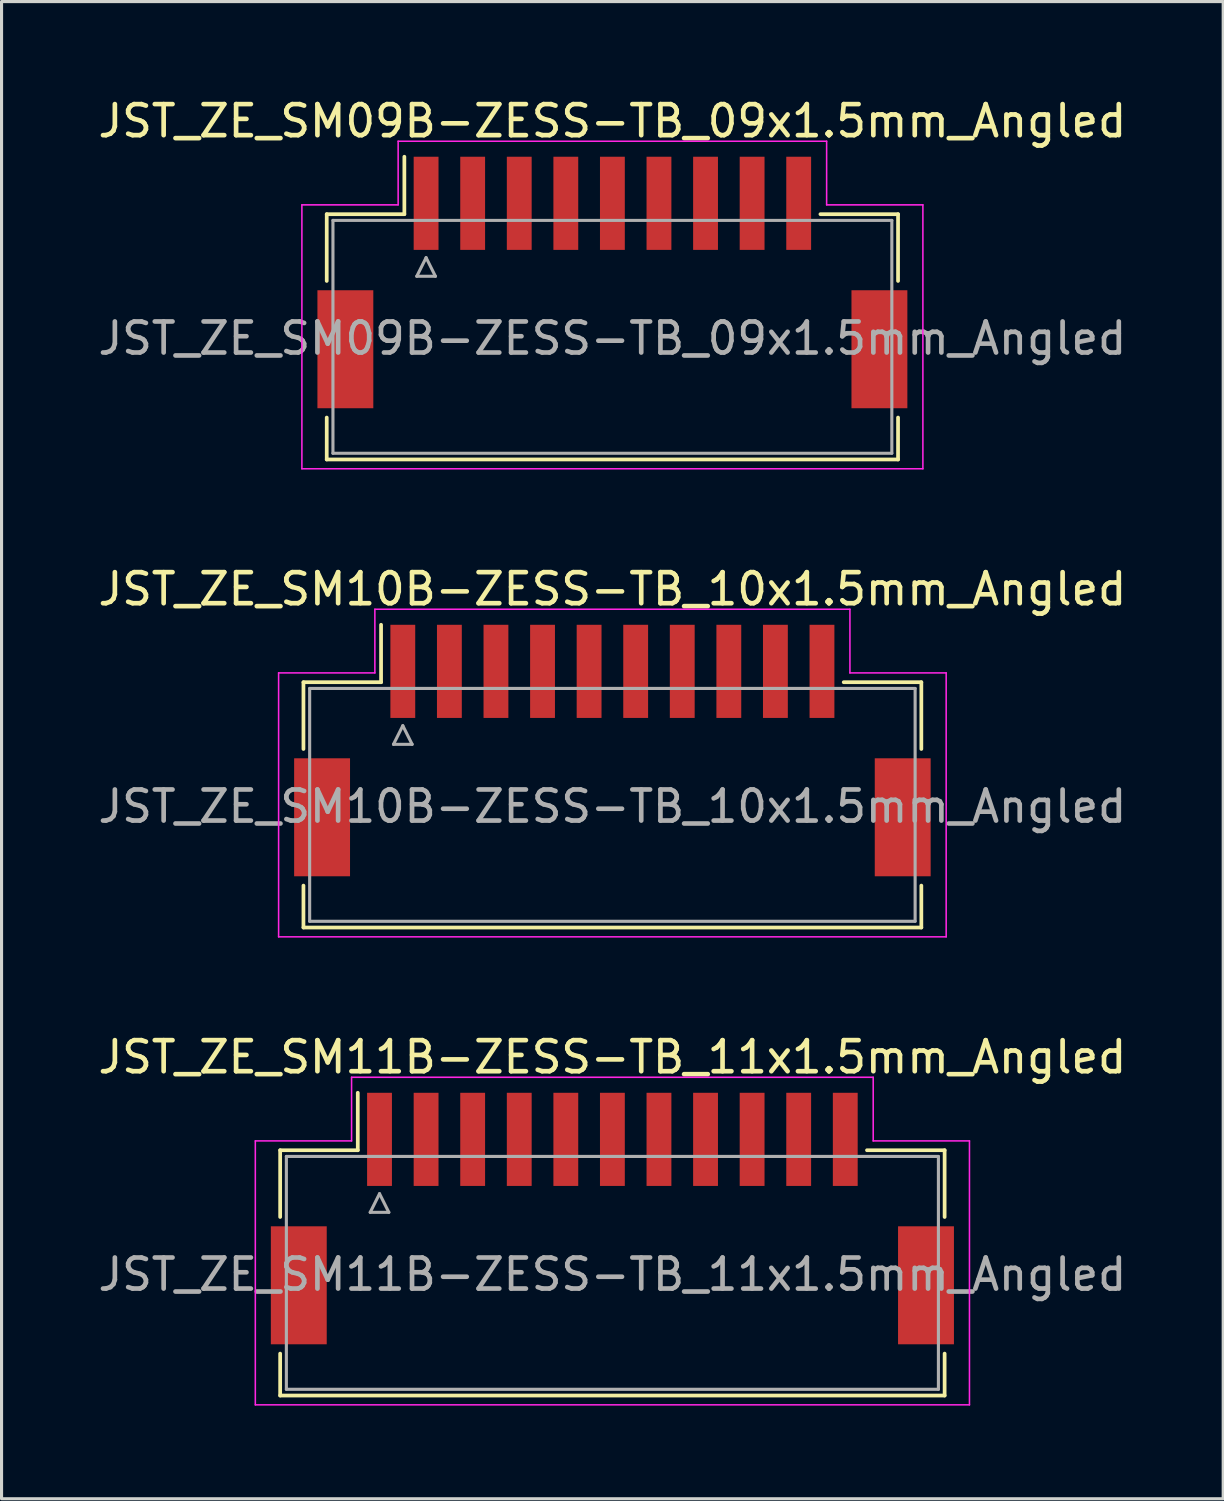
<source format=kicad_pcb>
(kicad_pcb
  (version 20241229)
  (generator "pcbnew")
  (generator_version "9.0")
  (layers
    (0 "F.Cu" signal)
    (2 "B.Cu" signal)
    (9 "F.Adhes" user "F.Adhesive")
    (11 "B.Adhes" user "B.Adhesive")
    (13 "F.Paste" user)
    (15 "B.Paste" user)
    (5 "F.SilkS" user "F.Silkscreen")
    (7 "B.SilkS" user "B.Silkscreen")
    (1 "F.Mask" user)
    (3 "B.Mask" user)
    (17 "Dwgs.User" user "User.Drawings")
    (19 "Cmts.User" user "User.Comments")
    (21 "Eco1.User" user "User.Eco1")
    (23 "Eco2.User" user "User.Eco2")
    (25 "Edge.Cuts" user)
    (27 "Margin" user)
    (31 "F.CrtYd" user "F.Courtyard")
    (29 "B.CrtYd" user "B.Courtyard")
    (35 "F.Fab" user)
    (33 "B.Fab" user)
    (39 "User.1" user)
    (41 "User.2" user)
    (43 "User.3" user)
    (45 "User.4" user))
  (footprint "JST_ZE_SM09B-ZESS-TB_09x1.5mm_Angled"
    (layer "F.Cu")
    (at 16.673 5.848)
    (property "Reference" "JST_ZE_SM09B-ZESS-TB_09x1.5mm_Angled" (at 0 -5 0) (layer "F.SilkS") (effects (font (size 1 1) (thickness 0.15))))
    (attr smd)
    (fp_line (start -9.2 -2) (end -6.7 -2) (stroke (width 0.12) (type solid)) (layer "F.SilkS"))
    (fp_line (start -9.2 0.15) (end -9.2 -2) (stroke (width 0.12) (type solid)) (layer "F.SilkS"))
    (fp_line (start -9.2 4.55) (end -9.2 5.9) (stroke (width 0.12) (type solid)) (layer "F.SilkS"))
    (fp_line (start -9.2 5.9) (end 9.2 5.9) (stroke (width 0.12) (type solid)) (layer "F.SilkS"))
    (fp_line (start -6.7 -2) (end -6.7 -3.85) (stroke (width 0.12) (type solid)) (layer "F.SilkS"))
    (fp_line (start 9.2 -2) (end 6.7 -2) (stroke (width 0.12) (type solid)) (layer "F.SilkS"))
    (fp_line (start 9.2 0.15) (end 9.2 -2) (stroke (width 0.12) (type solid)) (layer "F.SilkS"))
    (fp_line (start 9.2 5.9) (end 9.2 4.55) (stroke (width 0.12) (type solid)) (layer "F.SilkS"))
    (fp_line (start -10 -2.3) (end -10 6.2) (stroke (width 0.05) (type solid)) (layer "F.CrtYd"))
    (fp_line (start -10 6.2) (end 10 6.2) (stroke (width 0.05) (type solid)) (layer "F.CrtYd"))
    (fp_line (start -6.9 -4.35) (end -6.9 -2.3) (stroke (width 0.05) (type solid)) (layer "F.CrtYd"))
    (fp_line (start -6.9 -2.3) (end -10 -2.3) (stroke (width 0.05) (type solid)) (layer "F.CrtYd"))
    (fp_line (start 6.9 -4.35) (end -6.9 -4.35) (stroke (width 0.05) (type solid)) (layer "F.CrtYd"))
    (fp_line (start 6.9 -2.3) (end 6.9 -4.35) (stroke (width 0.05) (type solid)) (layer "F.CrtYd"))
    (fp_line (start 10 -2.3) (end 6.9 -2.3) (stroke (width 0.05) (type solid)) (layer "F.CrtYd"))
    (fp_line (start 10 6.2) (end 10 -2.3) (stroke (width 0.05) (type solid)) (layer "F.CrtYd"))
    (fp_line (start -9 -1.8) (end -9 5.7) (stroke (width 0.1) (type solid)) (layer "F.Fab"))
    (fp_line (start -9 5.7) (end 9 5.7) (stroke (width 0.1) (type solid)) (layer "F.Fab"))
    (fp_line (start -6.3 0) (end -5.7 0) (stroke (width 0.1) (type solid)) (layer "F.Fab"))
    (fp_line (start -6 -0.6) (end -6.3 0) (stroke (width 0.1) (type solid)) (layer "F.Fab"))
    (fp_line (start -5.7 0) (end -6 -0.6) (stroke (width 0.1) (type solid)) (layer "F.Fab"))
    (fp_line (start 9 -1.8) (end -9 -1.8) (stroke (width 0.1) (type solid)) (layer "F.Fab"))
    (fp_line (start 9 5.7) (end 9 -1.8) (stroke (width 0.1) (type solid)) (layer "F.Fab"))
    (fp_text user "${REFERENCE}" (at 0 2 0) (layer "F.Fab") (effects (font (size 1 1) (thickness 0.15))))
    (pad "" smd rect (at -8.6 2.35) (size 1.8 3.8) (layers "F.Cu" "F.Mask" "F.Paste"))
    (pad "" smd rect (at 8.6 2.35) (size 1.8 3.8) (layers "F.Cu" "F.Mask" "F.Paste"))
    (pad "1" smd rect (at -6 -2.35) (size 0.8 3) (layers "F.Cu" "F.Mask" "F.Paste"))
    (pad "2" smd rect (at -4.5 -2.35) (size 0.8 3) (layers "F.Cu" "F.Mask" "F.Paste"))
    (pad "3" smd rect (at -3 -2.35) (size 0.8 3) (layers "F.Cu" "F.Mask" "F.Paste"))
    (pad "4" smd rect (at -1.5 -2.35) (size 0.8 3) (layers "F.Cu" "F.Mask" "F.Paste"))
    (pad "5" smd rect (at 0 -2.35) (size 0.8 3) (layers "F.Cu" "F.Mask" "F.Paste"))
    (pad "6" smd rect (at 1.5 -2.35) (size 0.8 3) (layers "F.Cu" "F.Mask" "F.Paste"))
    (pad "7" smd rect (at 3 -2.35) (size 0.8 3) (layers "F.Cu" "F.Mask" "F.Paste"))
    (pad "8" smd rect (at 4.5 -2.35) (size 0.8 3) (layers "F.Cu" "F.Mask" "F.Paste"))
    (pad "9" smd rect (at 6 -2.35) (size 0.8 3) (layers "F.Cu" "F.Mask" "F.Paste")))
  (footprint "JST_ZE_SM10B-ZESS-TB_10x1.5mm_Angled"
    (layer "F.Cu")
    (at 16.673 20.922)
    (property "Reference" "JST_ZE_SM10B-ZESS-TB_10x1.5mm_Angled" (at 0 -5 0) (layer "F.SilkS") (effects (font (size 1 1) (thickness 0.15))))
    (attr smd)
    (fp_line (start -9.95 -2) (end -7.45 -2) (stroke (width 0.12) (type solid)) (layer "F.SilkS"))
    (fp_line (start -9.95 0.15) (end -9.95 -2) (stroke (width 0.12) (type solid)) (layer "F.SilkS"))
    (fp_line (start -9.95 4.55) (end -9.95 5.9) (stroke (width 0.12) (type solid)) (layer "F.SilkS"))
    (fp_line (start -9.95 5.9) (end 9.95 5.9) (stroke (width 0.12) (type solid)) (layer "F.SilkS"))
    (fp_line (start -7.45 -2) (end -7.45 -3.85) (stroke (width 0.12) (type solid)) (layer "F.SilkS"))
    (fp_line (start 9.95 -2) (end 7.45 -2) (stroke (width 0.12) (type solid)) (layer "F.SilkS"))
    (fp_line (start 9.95 0.15) (end 9.95 -2) (stroke (width 0.12) (type solid)) (layer "F.SilkS"))
    (fp_line (start 9.95 5.9) (end 9.95 4.55) (stroke (width 0.12) (type solid)) (layer "F.SilkS"))
    (fp_line (start -10.75 -2.3) (end -10.75 6.2) (stroke (width 0.05) (type solid)) (layer "F.CrtYd"))
    (fp_line (start -10.75 6.2) (end 10.75 6.2) (stroke (width 0.05) (type solid)) (layer "F.CrtYd"))
    (fp_line (start -7.65 -4.35) (end -7.65 -2.3) (stroke (width 0.05) (type solid)) (layer "F.CrtYd"))
    (fp_line (start -7.65 -2.3) (end -10.75 -2.3) (stroke (width 0.05) (type solid)) (layer "F.CrtYd"))
    (fp_line (start 7.65 -4.35) (end -7.65 -4.35) (stroke (width 0.05) (type solid)) (layer "F.CrtYd"))
    (fp_line (start 7.65 -2.3) (end 7.65 -4.35) (stroke (width 0.05) (type solid)) (layer "F.CrtYd"))
    (fp_line (start 10.75 -2.3) (end 7.65 -2.3) (stroke (width 0.05) (type solid)) (layer "F.CrtYd"))
    (fp_line (start 10.75 6.2) (end 10.75 -2.3) (stroke (width 0.05) (type solid)) (layer "F.CrtYd"))
    (fp_line (start -9.75 -1.8) (end -9.75 5.7) (stroke (width 0.1) (type solid)) (layer "F.Fab"))
    (fp_line (start -9.75 5.7) (end 9.75 5.7) (stroke (width 0.1) (type solid)) (layer "F.Fab"))
    (fp_line (start -7.05 0) (end -6.45 0) (stroke (width 0.1) (type solid)) (layer "F.Fab"))
    (fp_line (start -6.75 -0.6) (end -7.05 0) (stroke (width 0.1) (type solid)) (layer "F.Fab"))
    (fp_line (start -6.45 0) (end -6.75 -0.6) (stroke (width 0.1) (type solid)) (layer "F.Fab"))
    (fp_line (start 9.75 -1.8) (end -9.75 -1.8) (stroke (width 0.1) (type solid)) (layer "F.Fab"))
    (fp_line (start 9.75 5.7) (end 9.75 -1.8) (stroke (width 0.1) (type solid)) (layer "F.Fab"))
    (fp_text user "${REFERENCE}" (at 0 2 0) (layer "F.Fab") (effects (font (size 1 1) (thickness 0.15))))
    (pad "" smd rect (at -9.35 2.35) (size 1.8 3.8) (layers "F.Cu" "F.Mask" "F.Paste"))
    (pad "" smd rect (at 9.35 2.35) (size 1.8 3.8) (layers "F.Cu" "F.Mask" "F.Paste"))
    (pad "1" smd rect (at -6.75 -2.35) (size 0.8 3) (layers "F.Cu" "F.Mask" "F.Paste"))
    (pad "2" smd rect (at -5.25 -2.35) (size 0.8 3) (layers "F.Cu" "F.Mask" "F.Paste"))
    (pad "3" smd rect (at -3.75 -2.35) (size 0.8 3) (layers "F.Cu" "F.Mask" "F.Paste"))
    (pad "4" smd rect (at -2.25 -2.35) (size 0.8 3) (layers "F.Cu" "F.Mask" "F.Paste"))
    (pad "5" smd rect (at -0.75 -2.35) (size 0.8 3) (layers "F.Cu" "F.Mask" "F.Paste"))
    (pad "6" smd rect (at 0.75 -2.35) (size 0.8 3) (layers "F.Cu" "F.Mask" "F.Paste"))
    (pad "7" smd rect (at 2.25 -2.35) (size 0.8 3) (layers "F.Cu" "F.Mask" "F.Paste"))
    (pad "8" smd rect (at 3.75 -2.35) (size 0.8 3) (layers "F.Cu" "F.Mask" "F.Paste"))
    (pad "9" smd rect (at 5.25 -2.35) (size 0.8 3) (layers "F.Cu" "F.Mask" "F.Paste"))
    (pad "10" smd rect (at 6.75 -2.35) (size 0.8 3) (layers "F.Cu" "F.Mask" "F.Paste")))
  (footprint "JST_ZE_SM11B-ZESS-TB_11x1.5mm_Angled"
    (layer "F.Cu")
    (at 16.673 35.995)
    (property "Reference" "JST_ZE_SM11B-ZESS-TB_11x1.5mm_Angled" (at 0 -5 0) (layer "F.SilkS") (effects (font (size 1 1) (thickness 0.15))))
    (attr smd)
    (fp_line (start -10.7 -2) (end -8.2 -2) (stroke (width 0.12) (type solid)) (layer "F.SilkS"))
    (fp_line (start -10.7 0.15) (end -10.7 -2) (stroke (width 0.12) (type solid)) (layer "F.SilkS"))
    (fp_line (start -10.7 4.55) (end -10.7 5.9) (stroke (width 0.12) (type solid)) (layer "F.SilkS"))
    (fp_line (start -10.7 5.9) (end 10.7 5.9) (stroke (width 0.12) (type solid)) (layer "F.SilkS"))
    (fp_line (start -8.2 -2) (end -8.2 -3.85) (stroke (width 0.12) (type solid)) (layer "F.SilkS"))
    (fp_line (start 10.7 -2) (end 8.2 -2) (stroke (width 0.12) (type solid)) (layer "F.SilkS"))
    (fp_line (start 10.7 0.15) (end 10.7 -2) (stroke (width 0.12) (type solid)) (layer "F.SilkS"))
    (fp_line (start 10.7 5.9) (end 10.7 4.55) (stroke (width 0.12) (type solid)) (layer "F.SilkS"))
    (fp_line (start -11.5 -2.3) (end -11.5 6.2) (stroke (width 0.05) (type solid)) (layer "F.CrtYd"))
    (fp_line (start -11.5 6.2) (end 11.5 6.2) (stroke (width 0.05) (type solid)) (layer "F.CrtYd"))
    (fp_line (start -8.4 -4.35) (end -8.4 -2.3) (stroke (width 0.05) (type solid)) (layer "F.CrtYd"))
    (fp_line (start -8.4 -2.3) (end -11.5 -2.3) (stroke (width 0.05) (type solid)) (layer "F.CrtYd"))
    (fp_line (start 8.4 -4.35) (end -8.4 -4.35) (stroke (width 0.05) (type solid)) (layer "F.CrtYd"))
    (fp_line (start 8.4 -2.3) (end 8.4 -4.35) (stroke (width 0.05) (type solid)) (layer "F.CrtYd"))
    (fp_line (start 11.5 -2.3) (end 8.4 -2.3) (stroke (width 0.05) (type solid)) (layer "F.CrtYd"))
    (fp_line (start 11.5 6.2) (end 11.5 -2.3) (stroke (width 0.05) (type solid)) (layer "F.CrtYd"))
    (fp_line (start -10.5 -1.8) (end -10.5 5.7) (stroke (width 0.1) (type solid)) (layer "F.Fab"))
    (fp_line (start -10.5 5.7) (end 10.5 5.7) (stroke (width 0.1) (type solid)) (layer "F.Fab"))
    (fp_line (start -7.8 0) (end -7.2 0) (stroke (width 0.1) (type solid)) (layer "F.Fab"))
    (fp_line (start -7.5 -0.6) (end -7.8 0) (stroke (width 0.1) (type solid)) (layer "F.Fab"))
    (fp_line (start -7.2 0) (end -7.5 -0.6) (stroke (width 0.1) (type solid)) (layer "F.Fab"))
    (fp_line (start 10.5 -1.8) (end -10.5 -1.8) (stroke (width 0.1) (type solid)) (layer "F.Fab"))
    (fp_line (start 10.5 5.7) (end 10.5 -1.8) (stroke (width 0.1) (type solid)) (layer "F.Fab"))
    (fp_text user "${REFERENCE}" (at 0 2 0) (layer "F.Fab") (effects (font (size 1 1) (thickness 0.15))))
    (pad "" smd rect (at -10.1 2.35) (size 1.8 3.8) (layers "F.Cu" "F.Mask" "F.Paste"))
    (pad "" smd rect (at 10.1 2.35) (size 1.8 3.8) (layers "F.Cu" "F.Mask" "F.Paste"))
    (pad "1" smd rect (at -7.5 -2.35) (size 0.8 3) (layers "F.Cu" "F.Mask" "F.Paste"))
    (pad "2" smd rect (at -6 -2.35) (size 0.8 3) (layers "F.Cu" "F.Mask" "F.Paste"))
    (pad "3" smd rect (at -4.5 -2.35) (size 0.8 3) (layers "F.Cu" "F.Mask" "F.Paste"))
    (pad "4" smd rect (at -3 -2.35) (size 0.8 3) (layers "F.Cu" "F.Mask" "F.Paste"))
    (pad "5" smd rect (at -1.5 -2.35) (size 0.8 3) (layers "F.Cu" "F.Mask" "F.Paste"))
    (pad "6" smd rect (at 0 -2.35) (size 0.8 3) (layers "F.Cu" "F.Mask" "F.Paste"))
    (pad "7" smd rect (at 1.5 -2.35) (size 0.8 3) (layers "F.Cu" "F.Mask" "F.Paste"))
    (pad "8" smd rect (at 3 -2.35) (size 0.8 3) (layers "F.Cu" "F.Mask" "F.Paste"))
    (pad "9" smd rect (at 4.5 -2.35) (size 0.8 3) (layers "F.Cu" "F.Mask" "F.Paste"))
    (pad "10" smd rect (at 6 -2.35) (size 0.8 3) (layers "F.Cu" "F.Mask" "F.Paste"))
    (pad "11" smd rect (at 7.5 -2.35) (size 0.8 3) (layers "F.Cu" "F.Mask" "F.Paste")))
  (gr_rect
    (start -3 -3)
    (end 36.345 45.22)
    (stroke (width 0.1) (type default))
    (fill no)
    (layer "Edge.Cuts")))
</source>
